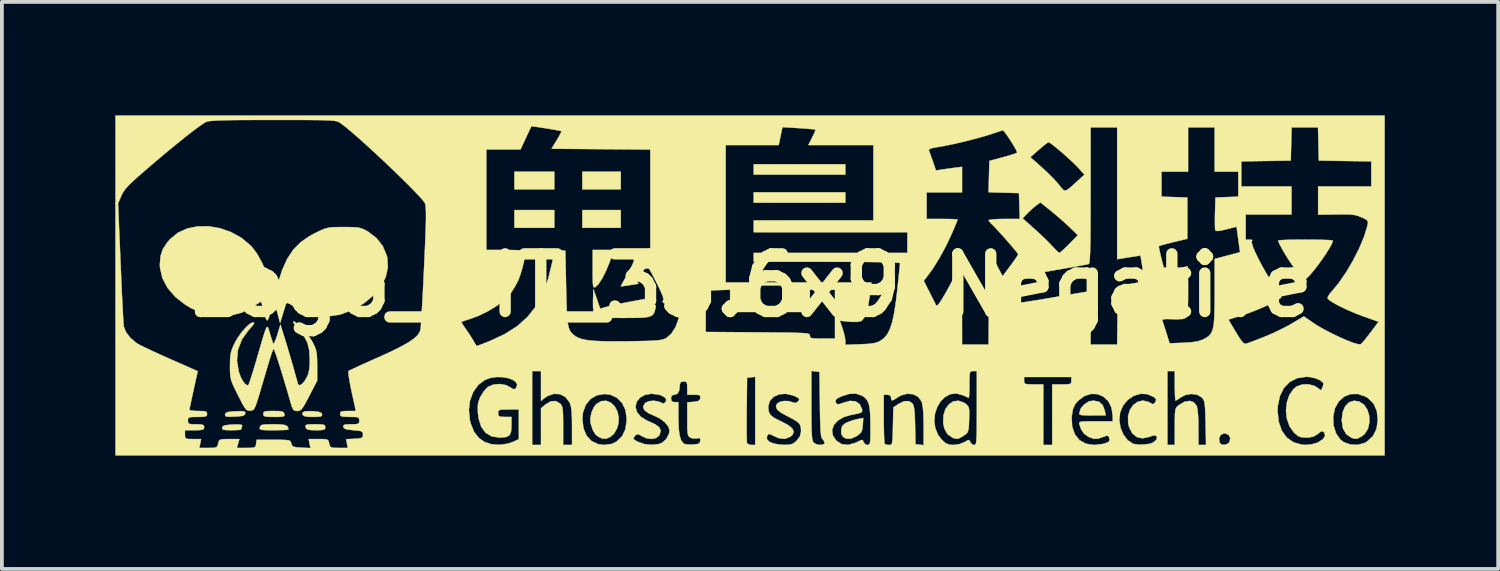
<source format=kicad_pcb>
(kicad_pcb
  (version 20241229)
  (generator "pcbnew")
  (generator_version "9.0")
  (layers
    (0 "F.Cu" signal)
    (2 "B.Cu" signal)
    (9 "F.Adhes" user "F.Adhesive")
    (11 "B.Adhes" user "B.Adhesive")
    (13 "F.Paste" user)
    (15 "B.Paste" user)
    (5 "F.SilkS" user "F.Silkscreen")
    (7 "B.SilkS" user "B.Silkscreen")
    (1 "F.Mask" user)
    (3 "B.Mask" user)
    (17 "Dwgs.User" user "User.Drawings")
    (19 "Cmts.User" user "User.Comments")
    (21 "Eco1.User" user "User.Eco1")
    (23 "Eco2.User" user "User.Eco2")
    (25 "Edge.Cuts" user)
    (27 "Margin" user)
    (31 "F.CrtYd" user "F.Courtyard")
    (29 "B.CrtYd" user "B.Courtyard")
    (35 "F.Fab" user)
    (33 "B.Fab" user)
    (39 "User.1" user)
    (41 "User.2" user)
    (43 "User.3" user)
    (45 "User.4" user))
  (footprint "Logo_GIT_33.6x9_Negative"
    (layer "F.Cu")
    (at 16.769 4.499)
    (property "Reference" "Logo_GIT_33.6x9_Negative" (at 0 0 0) (layer "F.SilkS") (effects (font (size 1.524 1.524) (thickness 0.3))))
    (attr through_hole)
    (fp_poly (pts (xy -5.158 -2.54) (xy -6.213 -2.54) (xy -6.213 -3.009) (xy -5.158 -3.009) (xy -5.158 -2.54)) (stroke (width 0.01) (type solid)) (fill yes) (layer "F.SilkS"))
    (fp_poly (pts (xy -5.158 -1.524) (xy -6.213 -1.524) (xy -6.213 -1.993) (xy -5.158 -1.993) (xy -5.158 -1.524)) (stroke (width 0.01) (type solid)) (fill yes) (layer "F.SilkS"))
    (fp_poly (pts (xy -3.4 -2.54) (xy -4.416 -2.54) (xy -4.416 -3.009) (xy -3.4 -3.009) (xy -3.4 -2.54)) (stroke (width 0.01) (type solid)) (fill yes) (layer "F.SilkS"))
    (fp_poly (pts (xy -3.4 -1.524) (xy -4.416 -1.524) (xy -4.416 -1.993) (xy -3.4 -1.993) (xy -3.4 -1.524)) (stroke (width 0.01) (type solid)) (fill yes) (layer "F.SilkS"))
    (fp_poly (pts (xy 2.54 -2.931) (xy 0.117 -2.931) (xy 0.117 -3.204) (xy 2.54 -3.204) (xy 2.54 -2.931)) (stroke (width 0.01) (type solid)) (fill yes) (layer "F.SilkS"))
    (fp_poly (pts (xy 2.54 -2.188) (xy 0.117 -2.188) (xy 0.117 -2.462) (xy 2.54 -2.462) (xy 2.54 -2.188)) (stroke (width 0.01) (type solid)) (fill yes) (layer "F.SilkS"))
    (fp_poly (pts (xy -11.523 3.329) (xy -11.394 3.343) (xy -11.325 3.368) (xy -11.301 3.409) (xy -11.303 3.447) (xy -11.339 3.467) (xy -11.425 3.476) (xy -11.54 3.478) (xy -11.689 3.473) (xy -11.775 3.455) (xy -11.814 3.422) (xy -11.816 3.418) (xy -11.817 3.365) (xy -11.765 3.335) (xy -11.65 3.325) (xy -11.523 3.329)) (stroke (width 0.01) (type solid)) (fill yes) (layer "F.SilkS"))
    (fp_poly (pts (xy -13.443 3.683) (xy -13.414 3.701) (xy -13.418 3.733) (xy -13.439 3.796) (xy -13.442 3.813) (xy -13.478 3.821) (xy -13.572 3.827) (xy -13.699 3.83) (xy -13.838 3.827) (xy -13.913 3.816) (xy -13.943 3.793) (xy -13.943 3.761) (xy -13.922 3.723) (xy -13.865 3.7) (xy -13.756 3.686) (xy -13.662 3.681) (xy -13.521 3.677) (xy -13.443 3.683)) (stroke (width 0.01) (type solid)) (fill yes) (layer "F.SilkS"))
    (fp_poly (pts (xy 3.001 3.696) (xy 2.986 3.82) (xy 2.95 3.897) (xy 2.874 3.963) (xy 2.857 3.975) (xy 2.701 4.051) (xy 2.566 4.053) (xy 2.486 4.013) (xy 2.435 3.938) (xy 2.429 3.828) (xy 2.454 3.727) (xy 2.517 3.661) (xy 2.579 3.627) (xy 2.717 3.573) (xy 2.861 3.535) (xy 2.865 3.534) (xy 3.014 3.507) (xy 3.001 3.696)) (stroke (width 0.01) (type solid)) (fill yes) (layer "F.SilkS"))
    (fp_poly (pts (xy 9.249 3.077) (xy 9.348 3.166) (xy 9.402 3.314) (xy 9.427 3.439) (xy 9.067 3.439) (xy 8.897 3.437) (xy 8.792 3.431) (xy 8.739 3.417) (xy 8.725 3.394) (xy 8.73 3.377) (xy 8.75 3.306) (xy 8.753 3.285) (xy 8.778 3.239) (xy 8.841 3.167) (xy 8.856 3.151) (xy 8.977 3.068) (xy 9.104 3.048) (xy 9.249 3.077)) (stroke (width 0.01) (type solid)) (fill yes) (layer "F.SilkS"))
    (fp_poly (pts (xy -13.366 3.331) (xy -13.334 3.35) (xy -13.332 3.386) (xy -13.332 3.388) (xy -13.353 3.427) (xy -13.407 3.451) (xy -13.513 3.464) (xy -13.612 3.47) (xy -13.753 3.474) (xy -13.832 3.468) (xy -13.864 3.449) (xy -13.866 3.413) (xy -13.865 3.411) (xy -13.845 3.373) (xy -13.79 3.349) (xy -13.685 3.335) (xy -13.585 3.329) (xy -13.445 3.325) (xy -13.366 3.331)) (stroke (width 0.01) (type solid)) (fill yes) (layer "F.SilkS"))
    (fp_poly (pts (xy -11.342 3.675) (xy -11.261 3.685) (xy -11.224 3.707) (xy -11.215 3.747) (xy -11.215 3.751) (xy -11.223 3.794) (xy -11.259 3.818) (xy -11.34 3.828) (xy -11.465 3.83) (xy -11.603 3.826) (xy -11.682 3.813) (xy -11.721 3.785) (xy -11.734 3.751) (xy -11.739 3.71) (xy -11.716 3.687) (xy -11.649 3.676) (xy -11.524 3.673) (xy -11.485 3.673) (xy -11.342 3.675)) (stroke (width 0.01) (type solid)) (fill yes) (layer "F.SilkS"))
    (fp_poly (pts (xy -12.443 3.324) (xy -12.359 3.335) (xy -12.316 3.36) (xy -12.298 3.4) (xy -12.293 3.44) (xy -12.315 3.463) (xy -12.379 3.474) (xy -12.499 3.478) (xy -12.567 3.478) (xy -12.716 3.476) (xy -12.802 3.467) (xy -12.844 3.448) (xy -12.856 3.412) (xy -12.856 3.4) (xy -12.849 3.358) (xy -12.815 3.335) (xy -12.738 3.324) (xy -12.602 3.322) (xy -12.587 3.322) (xy -12.443 3.324)) (stroke (width 0.01) (type solid)) (fill yes) (layer "F.SilkS"))
    (fp_poly (pts (xy -12.402 3.677) (xy -12.286 3.692) (xy -12.222 3.722) (xy -12.195 3.773) (xy -12.192 3.813) (xy -12.228 3.82) (xy -12.326 3.826) (xy -12.469 3.829) (xy -12.579 3.83) (xy -12.755 3.829) (xy -12.867 3.824) (xy -12.927 3.813) (xy -12.95 3.792) (xy -12.948 3.759) (xy -12.946 3.751) (xy -12.929 3.714) (xy -12.891 3.69) (xy -12.817 3.678) (xy -12.69 3.674) (xy -12.582 3.673) (xy -12.402 3.677)) (stroke (width 0.01) (type solid)) (fill yes) (layer "F.SilkS"))
    (fp_poly (pts (xy -3.661 3.101) (xy -3.561 3.198) (xy -3.489 3.331) (xy -3.454 3.49) (xy -3.464 3.666) (xy -3.499 3.783) (xy -3.579 3.923) (xy -3.676 4.007) (xy -3.791 4.054) (xy -3.885 4.052) (xy -3.99 4.005) (xy -4.074 3.936) (xy -4.141 3.821) (xy -4.199 3.648) (xy -4.206 3.514) (xy -4.172 3.357) (xy -4.108 3.214) (xy -4.044 3.136) (xy -3.912 3.06) (xy -3.781 3.052) (xy -3.661 3.101)) (stroke (width 0.01) (type solid)) (fill yes) (layer "F.SilkS"))
    (fp_poly (pts (xy 16.13 3.072) (xy 16.259 3.155) (xy 16.348 3.288) (xy 16.397 3.451) (xy 16.402 3.624) (xy 16.364 3.789) (xy 16.279 3.926) (xy 16.203 3.989) (xy 16.102 4.044) (xy 16.027 4.057) (xy 15.942 4.035) (xy 15.919 4.026) (xy 15.786 3.932) (xy 15.701 3.78) (xy 15.67 3.577) (xy 15.67 3.56) (xy 15.694 3.355) (xy 15.761 3.196) (xy 15.864 3.092) (xy 15.996 3.05) (xy 16.13 3.072)) (stroke (width 0.01) (type solid)) (fill yes) (layer "F.SilkS"))
    (fp_poly (pts (xy 5.673 3.097) (xy 5.721 3.13) (xy 5.771 3.174) (xy 5.801 3.221) (xy 5.816 3.291) (xy 5.818 3.402) (xy 5.814 3.549) (xy 5.808 3.712) (xy 5.797 3.816) (xy 5.775 3.881) (xy 5.737 3.927) (xy 5.674 3.972) (xy 5.67 3.975) (xy 5.565 4.038) (xy 5.487 4.058) (xy 5.404 4.039) (xy 5.373 4.027) (xy 5.239 3.932) (xy 5.156 3.778) (xy 5.128 3.635) (xy 5.135 3.437) (xy 5.188 3.271) (xy 5.279 3.145) (xy 5.397 3.068) (xy 5.531 3.05) (xy 5.673 3.097)) (stroke (width 0.01) (type solid)) (fill yes) (layer "F.SilkS"))
    (fp_poly (pts (xy 14.94 -1.21) (xy 15.139 -1.206) (xy 15.296 -1.201) (xy 15.399 -1.193) (xy 15.435 -1.185) (xy 15.413 -1.112) (xy 15.352 -0.996) (xy 15.262 -0.852) (xy 15.154 -0.693) (xy 15.037 -0.533) (xy 14.922 -0.385) (xy 14.818 -0.264) (xy 14.736 -0.183) (xy 14.687 -0.156) (xy 14.65 -0.185) (xy 14.579 -0.26) (xy 14.487 -0.367) (xy 14.46 -0.4) (xy 14.373 -0.517) (xy 14.275 -0.662) (xy 14.178 -0.817) (xy 14.092 -0.964) (xy 14.027 -1.088) (xy 13.992 -1.171) (xy 13.99 -1.188) (xy 14.027 -1.195) (xy 14.13 -1.202) (xy 14.286 -1.207) (xy 14.485 -1.21) (xy 14.712 -1.211) (xy 14.94 -1.21)) (stroke (width 0.01) (type solid)) (fill yes) (layer "F.SilkS"))
    (fp_poly (pts (xy -4.033 0.357) (xy -3.944 0.616) (xy -3.76 0.562) (xy -3.64 0.532) (xy -3.471 0.494) (xy -3.28 0.455) (xy -3.172 0.435) (xy -2.769 0.361) (xy -2.725 0.456) (xy -2.68 0.522) (xy -2.61 0.533) (xy -2.57 0.526) (xy -2.493 0.514) (xy -2.472 0.542) (xy -2.485 0.612) (xy -2.507 0.695) (xy -2.536 0.757) (xy -2.583 0.801) (xy -2.657 0.831) (xy -2.77 0.848) (xy -2.933 0.857) (xy -3.156 0.859) (xy -3.346 0.86) (xy -3.599 0.859) (xy -3.786 0.857) (xy -3.916 0.852) (xy -4.002 0.843) (xy -4.054 0.829) (xy -4.085 0.809) (xy -4.103 0.781) (xy -4.122 0.705) (xy -4.133 0.577) (xy -4.135 0.423) (xy -4.134 0.4) (xy -4.123 0.098) (xy -4.033 0.357)) (stroke (width 0.01) (type solid)) (fill yes) (layer "F.SilkS"))
    (fp_poly (pts (xy -14.002 -1.513) (xy -13.711 -1.412) (xy -13.439 -1.262) (xy -13.198 -1.062) (xy -13.148 -1.009) (xy -13.012 -0.826) (xy -12.882 -0.588) (xy -12.769 -0.32) (xy -12.683 -0.047) (xy -12.676 -0.016) (xy -12.641 0.122) (xy -12.609 0.224) (xy -12.588 0.272) (xy -12.585 0.274) (xy -12.565 0.239) (xy -12.531 0.146) (xy -12.49 0.011) (xy -12.472 -0.049) (xy -12.355 -0.41) (xy -12.221 -0.705) (xy -12.062 -0.945) (xy -11.87 -1.14) (xy -11.636 -1.303) (xy -11.498 -1.377) (xy -11.349 -1.45) (xy -11.237 -1.497) (xy -11.136 -1.525) (xy -11.023 -1.539) (xy -10.874 -1.543) (xy -10.73 -1.544) (xy -10.537 -1.542) (xy -10.401 -1.536) (xy -10.301 -1.52) (xy -10.217 -1.492) (xy -10.127 -1.447) (xy -10.083 -1.422) (xy -9.863 -1.255) (xy -9.694 -1.039) (xy -9.589 -0.788) (xy -9.577 -0.742) (xy -9.56 -0.48) (xy -9.616 -0.222) (xy -9.743 0.027) (xy -9.935 0.26) (xy -10.19 0.471) (xy -10.497 0.651) (xy -10.824 0.773) (xy -11.155 0.821) (xy -11.481 0.796) (xy -11.794 0.699) (xy -12.032 0.566) (xy -12.155 0.489) (xy -12.227 0.463) (xy -12.251 0.478) (xy -12.271 0.54) (xy -12.306 0.651) (xy -12.34 0.762) (xy -12.411 0.996) (xy -12.485 0.713) (xy -12.523 0.582) (xy -12.557 0.491) (xy -12.581 0.457) (xy -12.585 0.459) (xy -12.609 0.511) (xy -12.641 0.612) (xy -12.661 0.684) (xy -12.704 0.838) (xy -12.737 0.917) (xy -12.767 0.92) (xy -12.798 0.849) (xy -12.836 0.708) (xy -12.87 0.574) (xy -12.898 0.475) (xy -12.914 0.431) (xy -12.915 0.43) (xy -12.951 0.45) (xy -13.033 0.502) (xy -13.129 0.566) (xy -13.426 0.721) (xy -13.743 0.803) (xy -14.073 0.812) (xy -14.408 0.75) (xy -14.74 0.615) (xy -14.911 0.515) (xy -15.182 0.304) (xy -15.387 0.066) (xy -15.524 -0.192) (xy -15.587 -0.466) (xy -15.591 -0.558) (xy -15.573 -0.777) (xy -15.511 -0.962) (xy -15.393 -1.14) (xy -15.317 -1.227) (xy -15.113 -1.394) (xy -14.867 -1.505) (xy -14.592 -1.561) (xy -14.3 -1.563) (xy -14.002 -1.513)) (stroke (width 0.01) (type solid)) (fill yes) (layer "F.SilkS"))
    (fp_poly (pts (xy -12.024 0.963) (xy -11.948 1.02) (xy -11.852 1.112) (xy -11.749 1.226) (xy -11.651 1.347) (xy -11.572 1.463) (xy -11.546 1.511) (xy -11.491 1.625) (xy -11.457 1.724) (xy -11.439 1.833) (xy -11.431 1.975) (xy -11.43 2.13) (xy -11.43 2.52) (xy -11.638 2.921) (xy -11.729 3.094) (xy -11.795 3.209) (xy -11.846 3.277) (xy -11.891 3.311) (xy -11.939 3.321) (xy -11.957 3.322) (xy -12.022 3.315) (xy -12.064 3.283) (xy -12.099 3.208) (xy -12.133 3.097) (xy -12.206 2.841) (xy -12.282 2.587) (xy -12.355 2.343) (xy -12.424 2.122) (xy -12.484 1.934) (xy -12.533 1.791) (xy -12.566 1.703) (xy -12.579 1.68) (xy -12.59 1.689) (xy -12.605 1.719) (xy -12.628 1.778) (xy -12.66 1.875) (xy -12.704 2.016) (xy -12.762 2.211) (xy -12.838 2.467) (xy -12.917 2.735) (xy -12.981 2.953) (xy -13.03 3.106) (xy -13.067 3.207) (xy -13.099 3.267) (xy -13.132 3.298) (xy -13.171 3.31) (xy -13.197 3.314) (xy -13.247 3.315) (xy -13.289 3.299) (xy -13.332 3.255) (xy -13.385 3.172) (xy -13.456 3.037) (xy -13.523 2.906) (xy -13.613 2.727) (xy -13.673 2.596) (xy -13.709 2.491) (xy -13.728 2.392) (xy -13.735 2.276) (xy -13.736 2.131) (xy -13.733 1.951) (xy -13.72 1.82) (xy -13.693 1.71) (xy -13.643 1.59) (xy -13.608 1.518) (xy -13.526 1.375) (xy -13.424 1.234) (xy -13.316 1.111) (xy -13.217 1.02) (xy -13.14 0.978) (xy -13.13 0.977) (xy -13.098 0.985) (xy -13.103 1.017) (xy -13.153 1.082) (xy -13.247 1.187) (xy -13.421 1.43) (xy -13.524 1.7) (xy -13.552 1.986) (xy -13.504 2.281) (xy -13.451 2.425) (xy -13.387 2.542) (xy -13.323 2.62) (xy -13.267 2.643) (xy -13.248 2.632) (xy -13.228 2.585) (xy -13.191 2.476) (xy -13.14 2.317) (xy -13.08 2.12) (xy -13.02 1.915) (xy -12.937 1.628) (xy -12.873 1.41) (xy -12.825 1.255) (xy -12.79 1.155) (xy -12.763 1.104) (xy -12.742 1.097) (xy -12.724 1.127) (xy -12.704 1.187) (xy -12.68 1.27) (xy -12.641 1.399) (xy -12.608 1.499) (xy -12.59 1.542) (xy -12.569 1.527) (xy -12.534 1.451) (xy -12.492 1.332) (xy -12.485 1.308) (xy -12.402 1.036) (xy -12.28 1.426) (xy -12.213 1.646) (xy -12.14 1.892) (xy -12.074 2.121) (xy -12.055 2.188) (xy -12.01 2.352) (xy -11.971 2.489) (xy -11.945 2.582) (xy -11.937 2.608) (xy -11.9 2.642) (xy -11.839 2.615) (xy -11.766 2.535) (xy -11.712 2.447) (xy -11.666 2.343) (xy -11.64 2.228) (xy -11.628 2.078) (xy -11.626 1.954) (xy -11.64 1.712) (xy -11.688 1.516) (xy -11.78 1.337) (xy -11.928 1.149) (xy -11.945 1.13) (xy -12.02 1.041) (xy -12.062 0.976) (xy -12.066 0.955) (xy -12.024 0.963)) (stroke (width 0.01) (type solid)) (fill yes) (layer "F.SilkS"))
    (fp_poly (pts (xy 16.803 4.494) (xy -16.764 4.494) (xy -16.764 -2.169) (xy -16.697 -2.169) (xy -16.631 -0.606) (xy -16.616 -0.259) (xy -16.602 0.068) (xy -16.588 0.364) (xy -16.575 0.622) (xy -16.563 0.832) (xy -16.554 0.985) (xy -16.547 1.072) (xy -16.546 1.083) (xy -16.489 1.233) (xy -16.372 1.386) (xy -16.211 1.522) (xy -16.181 1.541) (xy -16.102 1.584) (xy -15.965 1.651) (xy -15.784 1.737) (xy -15.571 1.834) (xy -15.342 1.937) (xy -15.315 1.949) (xy -14.589 2.269) (xy -14.699 2.766) (xy -14.74 2.954) (xy -14.774 3.114) (xy -14.798 3.231) (xy -14.809 3.289) (xy -14.809 3.292) (xy -14.774 3.308) (xy -14.682 3.318) (xy -14.576 3.322) (xy -14.445 3.324) (xy -14.374 3.337) (xy -14.346 3.365) (xy -14.341 3.4) (xy -14.349 3.442) (xy -14.384 3.466) (xy -14.464 3.476) (xy -14.595 3.478) (xy -14.732 3.48) (xy -14.808 3.489) (xy -14.841 3.514) (xy -14.849 3.56) (xy -14.849 3.576) (xy -14.844 3.631) (xy -14.814 3.661) (xy -14.742 3.672) (xy -14.634 3.673) (xy -14.51 3.677) (xy -14.445 3.691) (xy -14.422 3.724) (xy -14.419 3.751) (xy -14.427 3.794) (xy -14.463 3.817) (xy -14.542 3.827) (xy -14.673 3.83) (xy -14.927 3.83) (xy -14.927 3.947) (xy -14.924 4.014) (xy -14.9 4.049) (xy -14.837 4.062) (xy -14.715 4.064) (xy -14.499 4.064) (xy -14.523 4.181) (xy -14.546 4.298) (xy -14.31 4.298) (xy -14.179 4.296) (xy -14.106 4.284) (xy -14.07 4.253) (xy -14.051 4.193) (xy -14.048 4.181) (xy -14.031 4.119) (xy -14.003 4.084) (xy -13.943 4.069) (xy -13.834 4.064) (xy -13.755 4.064) (xy -13.487 4.064) (xy -13.521 4.181) (xy -13.554 4.298) (xy -13.306 4.298) (xy -13.171 4.297) (xy -13.095 4.286) (xy -13.06 4.259) (xy -13.047 4.209) (xy -13.045 4.191) (xy -13.032 4.084) (xy -12.585 4.084) (xy -12.392 4.084) (xy -12.264 4.088) (xy -12.186 4.097) (xy -12.144 4.115) (xy -12.124 4.145) (xy -12.114 4.181) (xy -12.094 4.235) (xy -12.054 4.266) (xy -11.974 4.282) (xy -11.849 4.291) (xy -11.607 4.302) (xy -11.631 4.183) (xy -11.655 4.064) (xy -11.395 4.064) (xy -11.256 4.065) (xy -11.176 4.075) (xy -11.137 4.101) (xy -11.118 4.151) (xy -11.112 4.181) (xy -11.095 4.246) (xy -11.063 4.281) (xy -10.997 4.296) (xy -10.877 4.298) (xy -10.854 4.298) (xy -10.619 4.298) (xy -10.642 4.183) (xy -10.665 4.068) (xy -10.442 4.056) (xy -10.316 4.047) (xy -10.249 4.03) (xy -10.223 3.997) (xy -10.219 3.947) (xy -10.224 3.894) (xy -10.252 3.862) (xy -10.32 3.844) (xy -10.446 3.832) (xy -10.472 3.83) (xy -10.616 3.814) (xy -10.698 3.792) (xy -10.734 3.757) (xy -10.739 3.742) (xy -10.736 3.702) (xy -10.695 3.682) (xy -10.602 3.674) (xy -10.534 3.673) (xy -10.41 3.671) (xy -10.345 3.658) (xy -10.32 3.626) (xy -10.316 3.576) (xy -10.321 3.523) (xy -10.346 3.494) (xy -10.409 3.481) (xy -10.529 3.478) (xy -10.57 3.478) (xy -10.708 3.475) (xy -10.784 3.465) (xy -10.817 3.44) (xy -10.824 3.4) (xy -10.815 3.354) (xy -10.773 3.331) (xy -10.682 3.322) (xy -10.616 3.322) (xy -10.407 3.322) (xy -10.411 3.3) (xy -7.418 3.3) (xy -7.39 3.569) (xy -7.366 3.661) (xy -7.277 3.878) (xy -7.151 4.037) (xy -7.001 4.141) (xy -6.818 4.201) (xy -6.603 4.216) (xy -6.387 4.186) (xy -6.262 4.143) (xy -6.096 4.068) (xy -6.096 3.282) (xy -6.37 3.282) (xy -6.512 3.284) (xy -6.594 3.292) (xy -6.632 3.314) (xy -6.643 3.354) (xy -6.643 3.38) (xy -6.636 3.44) (xy -6.6 3.469) (xy -6.515 3.477) (xy -6.467 3.478) (xy -6.291 3.478) (xy -6.291 3.711) (xy -6.301 3.867) (xy -6.341 3.961) (xy -6.424 4.009) (xy -6.566 4.024) (xy -6.611 4.025) (xy -6.816 3.992) (xy -6.977 3.896) (xy -7.092 3.737) (xy -7.161 3.516) (xy -7.179 3.361) (xy -7.183 3.201) (xy -7.167 3.082) (xy -7.123 2.969) (xy -7.105 2.933) (xy -7.03 2.813) (xy -6.945 2.713) (xy -6.912 2.685) (xy -6.77 2.624) (xy -6.598 2.608) (xy -6.431 2.638) (xy -6.332 2.689) (xy -6.253 2.74) (xy -6.205 2.743) (xy -6.173 2.715) (xy -6.139 2.633) (xy -6.171 2.56) (xy -6.253 2.498) (xy -6.375 2.453) (xy -6.522 2.426) (xy -6.682 2.422) (xy -6.841 2.445) (xy -6.986 2.496) (xy -6.988 2.497) (xy -7.168 2.631) (xy -7.303 2.819) (xy -7.388 3.046) (xy -7.418 3.3) (xy -10.411 3.3) (xy -10.519 2.807) (xy -10.558 2.616) (xy -10.587 2.453) (xy -10.602 2.332) (xy -10.603 2.27) (xy -10.602 2.266) (xy -5.744 2.266) (xy -5.744 4.22) (xy -5.51 4.22) (xy -5.51 3.25) (xy -5.39 3.149) (xy -5.25 3.066) (xy -5.119 3.058) (xy -5.004 3.124) (xy -5.002 3.126) (xy -4.969 3.166) (xy -4.947 3.218) (xy -4.934 3.297) (xy -4.927 3.418) (xy -4.924 3.595) (xy -4.924 3.712) (xy -4.924 4.22) (xy -4.689 4.22) (xy -4.689 3.722) (xy -4.691 3.532) (xy -4.416 3.532) (xy -4.387 3.778) (xy -4.305 3.975) (xy -4.172 4.117) (xy -3.995 4.2) (xy -3.83 4.22) (xy -3.633 4.191) (xy -3.513 4.132) (xy -3.409 4.034) (xy -3.064 4.034) (xy -3.056 4.069) (xy -2.993 4.112) (xy -2.944 4.138) (xy -2.776 4.196) (xy -2.585 4.217) (xy -2.406 4.198) (xy -2.311 4.165) (xy -2.199 4.068) (xy -2.126 3.93) (xy -2.11 3.831) (xy -2.145 3.727) (xy -2.236 3.617) (xy -2.367 3.518) (xy -2.49 3.459) (xy -2.672 3.377) (xy -2.778 3.296) (xy -2.809 3.213) (xy -2.767 3.126) (xy -2.752 3.109) (xy -2.661 3.064) (xy -2.533 3.05) (xy -2.405 3.069) (xy -2.345 3.096) (xy -2.271 3.124) (xy -2.223 3.098) (xy -2.193 3.029) (xy -2.217 2.989) (xy -2.071 2.989) (xy -2.055 3.064) (xy -1.991 3.087) (xy -1.973 3.087) (xy -1.876 3.087) (xy -1.876 3.519) (xy -1.868 3.781) (xy -1.843 3.975) (xy -1.8 4.105) (xy -1.737 4.181) (xy -1.71 4.195) (xy -1.643 4.206) (xy -1.532 4.21) (xy -1.485 4.208) (xy -1.374 4.198) (xy -1.319 4.171) (xy -1.297 4.118) (xy -1.296 4.111) (xy -1.297 4.048) (xy -1.341 4.038) (xy -1.381 4.046) (xy -1.489 4.049) (xy -1.559 4.027) (xy -1.595 4.002) (xy -1.618 3.964) (xy -1.632 3.896) (xy -1.639 3.786) (xy -1.639 3.757) (xy -0.072 3.757) (xy -0.07 3.945) (xy -0.067 4.084) (xy -0.063 4.16) (xy -0.061 4.17) (xy -0.011 4.208) (xy 0.057 4.22) (xy 0.156 4.22) (xy 0.156 4.063) (xy 0.463 4.063) (xy 0.523 4.131) (xy 0.644 4.182) (xy 0.816 4.212) (xy 0.931 4.218) (xy 1.064 4.213) (xy 1.154 4.186) (xy 1.232 4.127) (xy 1.253 4.106) (xy 1.337 3.997) (xy 1.367 3.876) (xy 1.368 3.837) (xy 1.361 3.743) (xy 1.333 3.67) (xy 1.27 3.607) (xy 1.16 3.538) (xy 1.005 3.458) (xy 0.837 3.365) (xy 0.738 3.284) (xy 0.705 3.208) (xy 0.714 3.179) (xy 1.641 3.179) (xy 1.642 3.477) (xy 1.644 3.707) (xy 1.649 3.877) (xy 1.657 3.998) (xy 1.668 4.079) (xy 1.683 4.129) (xy 1.703 4.159) (xy 1.776 4.202) (xy 1.868 4.219) (xy 1.95 4.211) (xy 1.992 4.176) (xy 1.993 4.166) (xy 1.965 4.098) (xy 1.935 4.065) (xy 1.915 4.036) (xy 1.9 3.979) (xy 1.888 3.885) (xy 1.885 3.824) (xy 2.189 3.824) (xy 2.207 3.963) (xy 2.295 4.099) (xy 2.303 4.106) (xy 2.445 4.199) (xy 2.614 4.218) (xy 2.806 4.164) (xy 2.85 4.144) (xy 2.944 4.097) (xy 2.991 4.087) (xy 3.012 4.112) (xy 3.021 4.144) (xy 3.073 4.208) (xy 3.122 4.22) (xy 3.156 4.217) (xy 3.179 4.198) (xy 3.193 4.151) (xy 3.201 4.063) (xy 3.204 3.923) (xy 3.204 3.717) (xy 3.204 3.71) (xy 3.2 3.454) (xy 3.186 3.263) (xy 3.158 3.125) (xy 3.112 3.028) (xy 3.045 2.958) (xy 2.971 2.912) (xy 2.909 2.892) (xy 3.556 2.892) (xy 3.556 3.53) (xy 3.558 3.746) (xy 3.562 3.934) (xy 3.568 4.08) (xy 3.576 4.171) (xy 3.582 4.194) (xy 3.638 4.215) (xy 3.698 4.22) (xy 3.735 4.218) (xy 3.761 4.201) (xy 3.777 4.158) (xy 3.787 4.076) (xy 3.794 3.942) (xy 3.799 3.743) (xy 3.799 3.724) (xy 3.81 3.227) (xy 3.943 3.137) (xy 4.096 3.062) (xy 4.222 3.06) (xy 4.311 3.118) (xy 4.339 3.165) (xy 4.358 3.243) (xy 4.372 3.364) (xy 4.381 3.542) (xy 4.385 3.694) (xy 4.396 4.201) (xy 4.504 4.213) (xy 4.611 4.225) (xy 4.611 3.714) (xy 4.609 3.587) (xy 4.892 3.587) (xy 4.919 3.776) (xy 4.994 3.956) (xy 5.1 4.091) (xy 5.2 4.177) (xy 5.299 4.214) (xy 5.398 4.22) (xy 5.558 4.198) (xy 5.693 4.144) (xy 5.776 4.096) (xy 5.815 4.09) (xy 5.836 4.124) (xy 5.843 4.144) (xy 5.895 4.207) (xy 5.942 4.22) (xy 5.966 4.217) (xy 5.984 4.202) (xy 5.997 4.165) (xy 6.006 4.098) (xy 6.012 3.992) (xy 6.016 3.838) (xy 6.017 3.626) (xy 6.018 3.348) (xy 6.018 3.243) (xy 6.018 2.423) (xy 7.268 2.423) (xy 7.268 2.52) (xy 7.273 2.573) (xy 7.298 2.602) (xy 7.361 2.615) (xy 7.481 2.618) (xy 7.522 2.618) (xy 7.776 2.618) (xy 7.776 4.22) (xy 8.011 4.22) (xy 8.011 3.491) (xy 8.526 3.491) (xy 8.54 3.736) (xy 8.61 3.938) (xy 8.732 4.091) (xy 8.901 4.187) (xy 9.109 4.22) (xy 9.251 4.211) (xy 9.382 4.186) (xy 9.412 4.177) (xy 9.503 4.137) (xy 9.532 4.089) (xy 9.512 4.012) (xy 9.488 3.977) (xy 9.44 3.978) (xy 9.357 4.009) (xy 9.222 4.054) (xy 9.113 4.056) (xy 8.99 4.013) (xy 8.97 4.004) (xy 8.854 3.923) (xy 8.774 3.8) (xy 8.734 3.683) (xy 8.725 3.645) (xy 8.734 3.62) (xy 8.773 3.605) (xy 8.854 3.598) (xy 8.99 3.595) (xy 9.161 3.595) (xy 9.613 3.595) (xy 9.613 3.561) (xy 9.786 3.561) (xy 9.818 3.763) (xy 9.896 3.948) (xy 10.011 4.097) (xy 10.156 4.191) (xy 10.16 4.193) (xy 10.288 4.215) (xy 10.447 4.212) (xy 10.598 4.187) (xy 10.67 4.161) (xy 10.756 4.095) (xy 10.786 4.025) (xy 10.751 3.969) (xy 10.75 3.969) (xy 10.695 3.969) (xy 10.601 3.996) (xy 10.571 4.008) (xy 10.399 4.045) (xy 10.249 4.011) (xy 10.128 3.911) (xy 10.046 3.75) (xy 10.02 3.641) (xy 10.018 3.454) (xy 10.067 3.291) (xy 10.157 3.161) (xy 10.276 3.077) (xy 10.413 3.046) (xy 10.557 3.08) (xy 10.602 3.105) (xy 10.67 3.141) (xy 10.712 3.123) (xy 10.737 3.088) (xy 10.761 3.024) (xy 10.727 2.974) (xy 10.698 2.952) (xy 10.528 2.876) (xy 10.347 2.867) (xy 10.17 2.92) (xy 10.011 3.027) (xy 9.884 3.181) (xy 9.808 3.361) (xy 9.786 3.561) (xy 9.613 3.561) (xy 9.612 3.449) (xy 9.58 3.232) (xy 9.495 3.062) (xy 9.369 2.942) (xy 9.214 2.876) (xy 9.044 2.869) (xy 8.869 2.923) (xy 8.703 3.044) (xy 8.621 3.139) (xy 8.56 3.27) (xy 8.528 3.466) (xy 8.526 3.491) (xy 8.011 3.491) (xy 8.011 2.618) (xy 8.265 2.618) (xy 8.401 2.616) (xy 8.477 2.607) (xy 8.511 2.582) (xy 8.519 2.536) (xy 8.519 2.52) (xy 8.519 2.423) (xy 7.268 2.423) (xy 6.018 2.423) (xy 6.018 2.266) (xy 11.059 2.266) (xy 11.059 4.22) (xy 11.254 4.22) (xy 11.254 3.735) (xy 11.255 3.532) (xy 11.258 3.393) (xy 11.268 3.302) (xy 11.285 3.244) (xy 11.314 3.205) (xy 11.355 3.17) (xy 11.507 3.079) (xy 11.646 3.054) (xy 11.759 3.092) (xy 11.834 3.186) (xy 11.854 3.27) (xy 11.869 3.416) (xy 11.878 3.607) (xy 11.879 3.753) (xy 11.879 4.22) (xy 12.08 4.22) (xy 12.077 4.049) (xy 12.425 4.049) (xy 12.442 4.165) (xy 12.495 4.211) (xy 12.579 4.217) (xy 12.662 4.184) (xy 12.7 4.142) (xy 12.721 4.038) (xy 12.68 3.955) (xy 12.592 3.915) (xy 12.551 3.915) (xy 12.464 3.958) (xy 12.425 4.049) (xy 12.077 4.049) (xy 12.068 3.635) (xy 12.062 3.408) (xy 12.059 3.322) (xy 13.973 3.322) (xy 14.002 3.605) (xy 14.084 3.841) (xy 14.215 4.024) (xy 14.393 4.149) (xy 14.612 4.212) (xy 14.712 4.219) (xy 14.872 4.204) (xy 15.016 4.163) (xy 15.042 4.152) (xy 15.174 4.065) (xy 15.23 3.98) (xy 15.209 3.898) (xy 15.204 3.892) (xy 15.164 3.857) (xy 15.118 3.866) (xy 15.041 3.924) (xy 15.037 3.928) (xy 14.931 3.995) (xy 14.805 4.022) (xy 14.73 4.025) (xy 14.601 4.016) (xy 14.509 3.98) (xy 14.414 3.9) (xy 14.406 3.892) (xy 14.288 3.725) (xy 14.218 3.524) (xy 14.212 3.472) (xy 15.443 3.472) (xy 15.454 3.707) (xy 15.519 3.912) (xy 15.63 4.073) (xy 15.716 4.141) (xy 15.893 4.208) (xy 16.089 4.217) (xy 16.273 4.168) (xy 16.336 4.132) (xy 16.495 3.984) (xy 16.59 3.796) (xy 16.623 3.561) (xy 16.597 3.319) (xy 16.512 3.127) (xy 16.366 2.982) (xy 16.293 2.938) (xy 16.092 2.871) (xy 15.901 2.875) (xy 15.73 2.944) (xy 15.589 3.072) (xy 15.49 3.25) (xy 15.443 3.472) (xy 14.212 3.472) (xy 14.195 3.307) (xy 14.218 3.091) (xy 14.287 2.894) (xy 14.399 2.736) (xy 14.473 2.676) (xy 14.62 2.621) (xy 14.79 2.615) (xy 14.95 2.658) (xy 15.008 2.692) (xy 15.12 2.775) (xy 15.162 2.696) (xy 15.186 2.618) (xy 15.181 2.578) (xy 15.103 2.511) (xy 14.975 2.456) (xy 14.823 2.423) (xy 14.73 2.417) (xy 14.492 2.453) (xy 14.294 2.553) (xy 14.139 2.713) (xy 14.033 2.927) (xy 13.979 3.19) (xy 13.973 3.322) (xy 12.059 3.322) (xy 12.055 3.245) (xy 12.045 3.134) (xy 12.03 3.06) (xy 12.007 3.01) (xy 11.975 2.97) (xy 11.966 2.961) (xy 11.845 2.89) (xy 11.69 2.87) (xy 11.529 2.9) (xy 11.415 2.96) (xy 11.333 3.017) (xy 11.28 3.047) (xy 11.275 3.048) (xy 11.266 3.012) (xy 11.259 2.914) (xy 11.255 2.771) (xy 11.254 2.657) (xy 11.254 2.266) (xy 11.059 2.266) (xy 6.018 2.266) (xy 5.92 2.266) (xy 5.874 2.269) (xy 5.845 2.288) (xy 5.83 2.337) (xy 5.824 2.432) (xy 5.822 2.587) (xy 5.822 2.618) (xy 5.821 2.773) (xy 5.816 2.893) (xy 5.808 2.961) (xy 5.804 2.97) (xy 5.761 2.955) (xy 5.675 2.917) (xy 5.652 2.906) (xy 5.478 2.858) (xy 5.318 2.876) (xy 5.176 2.951) (xy 5.057 3.07) (xy 4.967 3.223) (xy 4.91 3.399) (xy 4.892 3.587) (xy 4.609 3.587) (xy 4.606 3.435) (xy 4.591 3.231) (xy 4.566 3.098) (xy 4.557 3.073) (xy 4.468 2.948) (xy 4.335 2.878) (xy 4.177 2.865) (xy 4.008 2.911) (xy 3.908 2.97) (xy 3.816 3.03) (xy 3.769 3.041) (xy 3.752 3.002) (xy 3.751 2.97) (xy 3.728 2.909) (xy 3.654 2.892) (xy 3.556 2.892) (xy 2.909 2.892) (xy 2.818 2.862) (xy 2.648 2.869) (xy 2.465 2.923) (xy 2.34 2.98) (xy 2.283 3.032) (xy 2.285 3.092) (xy 2.299 3.117) (xy 2.336 3.144) (xy 2.403 3.134) (xy 2.473 3.108) (xy 2.661 3.054) (xy 2.811 3.065) (xy 2.919 3.139) (xy 2.98 3.271) (xy 2.987 3.323) (xy 2.967 3.357) (xy 2.907 3.382) (xy 2.79 3.407) (xy 2.718 3.419) (xy 2.507 3.479) (xy 2.345 3.572) (xy 2.237 3.69) (xy 2.189 3.824) (xy 1.885 3.824) (xy 1.88 3.745) (xy 1.873 3.55) (xy 1.868 3.29) (xy 1.867 3.151) (xy 1.856 2.286) (xy 1.749 2.274) (xy 1.641 2.261) (xy 1.641 3.179) (xy 0.714 3.179) (xy 0.727 3.136) (xy 0.799 3.084) (xy 0.914 3.057) (xy 1.04 3.059) (xy 1.134 3.088) (xy 1.217 3.111) (xy 1.272 3.085) (xy 1.32 3.032) (xy 1.31 2.988) (xy 1.236 2.943) (xy 1.154 2.91) (xy 0.966 2.867) (xy 0.793 2.88) (xy 0.649 2.942) (xy 0.547 3.047) (xy 0.501 3.188) (xy 0.5 3.216) (xy 0.513 3.335) (xy 0.559 3.425) (xy 0.654 3.502) (xy 0.81 3.581) (xy 0.821 3.585) (xy 1.016 3.686) (xy 1.134 3.78) (xy 1.176 3.87) (xy 1.14 3.955) (xy 1.085 4.003) (xy 0.945 4.058) (xy 0.783 4.041) (xy 0.655 3.986) (xy 0.563 3.94) (xy 0.514 3.93) (xy 0.485 3.957) (xy 0.471 3.982) (xy 0.463 4.063) (xy 0.156 4.063) (xy 0.156 2.418) (xy 0.049 2.43) (xy -0.059 2.442) (xy -0.069 3.281) (xy -0.071 3.532) (xy -0.072 3.757) (xy -1.639 3.757) (xy -1.641 3.618) (xy -1.641 3.537) (xy -1.641 3.092) (xy -1.475 3.08) (xy -1.367 3.065) (xy -1.314 3.032) (xy -1.297 2.98) (xy -1.296 2.926) (xy -1.329 2.9) (xy -1.414 2.892) (xy -1.463 2.892) (xy -1.641 2.892) (xy -1.641 2.716) (xy -1.645 2.607) (xy -1.665 2.556) (xy -1.713 2.541) (xy -1.739 2.54) (xy -1.814 2.557) (xy -1.837 2.621) (xy -1.837 2.628) (xy -1.854 2.782) (xy -1.904 2.868) (xy -1.978 2.892) (xy -2.049 2.909) (xy -2.071 2.975) (xy -2.071 2.989) (xy -2.217 2.989) (xy -2.234 2.962) (xy -2.34 2.905) (xy -2.388 2.891) (xy -2.583 2.865) (xy -2.756 2.893) (xy -2.893 2.969) (xy -2.982 3.084) (xy -3.009 3.215) (xy -2.971 3.353) (xy -2.865 3.478) (xy -2.699 3.579) (xy -2.657 3.596) (xy -2.487 3.673) (xy -2.386 3.749) (xy -2.346 3.83) (xy -2.345 3.851) (xy -2.377 3.963) (xy -2.462 4.035) (xy -2.584 4.062) (xy -2.728 4.04) (xy -2.839 3.988) (xy -2.923 3.941) (xy -2.971 3.936) (xy -3.015 3.971) (xy -3.028 3.986) (xy -3.064 4.034) (xy -3.409 4.034) (xy -3.367 3.994) (xy -3.279 3.812) (xy -3.244 3.578) (xy -3.243 3.532) (xy -3.274 3.301) (xy -3.362 3.112) (xy -3.499 2.972) (xy -3.679 2.89) (xy -3.83 2.872) (xy -4.035 2.907) (xy -4.203 3.006) (xy -4.327 3.16) (xy -4.4 3.363) (xy -4.416 3.532) (xy -4.691 3.532) (xy -4.692 3.496) (xy -4.7 3.331) (xy -4.716 3.213) (xy -4.74 3.126) (xy -4.758 3.087) (xy -4.864 2.951) (xy -5.005 2.877) (xy -5.167 2.867) (xy -5.334 2.924) (xy -5.408 2.974) (xy -5.51 3.054) (xy -5.51 2.266) (xy -5.744 2.266) (xy -10.602 2.266) (xy -10.601 2.265) (xy -10.557 2.241) (xy -10.453 2.192) (xy -10.3 2.12) (xy -10.107 2.033) (xy -9.886 1.934) (xy -9.801 1.897) (xy -9.474 1.748) (xy -9.215 1.619) (xy -9.016 1.507) (xy -8.871 1.407) (xy -8.772 1.314) (xy -8.715 1.223) (xy -8.697 1.171) (xy -8.69 1.112) (xy -8.681 0.983) (xy -8.68 0.965) (xy -7.615 0.965) (xy -7.602 0.998) (xy -7.553 1.075) (xy -7.493 1.161) (xy -7.405 1.289) (xy -7.326 1.414) (xy -7.292 1.475) (xy -7.245 1.558) (xy -7.212 1.601) (xy -7.208 1.602) (xy -7.166 1.588) (xy -7.068 1.552) (xy -6.933 1.499) (xy -6.858 1.469) (xy -6.469 1.288) (xy -6.141 1.079) (xy -5.867 0.835) (xy -5.642 0.549) (xy -5.461 0.213) (xy -5.318 -0.179) (xy -5.208 -0.636) (xy -5.179 -0.794) (xy -5.158 -0.89) (xy -5.121 -0.929) (xy -5.043 -0.933) (xy -5.009 -0.93) (xy -4.865 -0.918) (xy -4.845 0.059) (xy -4.838 0.385) (xy -4.829 0.644) (xy -4.818 0.843) (xy -4.802 0.993) (xy -4.78 1.104) (xy -4.75 1.185) (xy -4.711 1.246) (xy -4.662 1.296) (xy -4.631 1.321) (xy -4.549 1.373) (xy -4.445 1.413) (xy -4.31 1.443) (xy -4.134 1.464) (xy -3.908 1.476) (xy -3.624 1.48) (xy -3.273 1.479) (xy -3.215 1.478) (xy -2.924 1.473) (xy -2.701 1.468) (xy -2.534 1.461) (xy -2.413 1.452) (xy -2.325 1.438) (xy -2.261 1.421) (xy -2.208 1.398) (xy -2.188 1.387) (xy -2.06 1.273) (xy -1.952 1.104) (xy -1.876 0.898) (xy -1.853 0.78) (xy -1.828 0.603) (xy -2.018 0.554) (xy -2.188 0.503) (xy -2.28 0.457) (xy -2.296 0.416) (xy -2.279 0.4) (xy -2.269 0.36) (xy -2.294 0.271) (xy -2.352 0.137) (xy -1.153 0.137) (xy -1.153 1.231) (xy 0.225 1.241) (xy 0.589 1.244) (xy 0.882 1.247) (xy 1.113 1.25) (xy 1.288 1.255) (xy 1.416 1.26) (xy 1.503 1.268) (xy 1.558 1.278) (xy 1.587 1.291) (xy 1.6 1.308) (xy 1.602 1.328) (xy 1.602 1.329) (xy 1.608 1.367) (xy 1.638 1.39) (xy 1.705 1.402) (xy 1.825 1.406) (xy 1.934 1.407) (xy 2.266 1.407) (xy 2.266 0.117) (xy 1.602 0.117) (xy 1.602 0.703) (xy 0.899 0.703) (xy 0.899 0) (xy 0.234 0) (xy 0.234 0.703) (xy -0.508 0.703) (xy -0.508 0.114) (xy -0.83 0.125) (xy -1.153 0.137) (xy -2.352 0.137) (xy -2.356 0.127) (xy -2.426 -0.019) (xy -2.508 -0.179) (xy -2.579 -0.314) (xy -2.631 -0.408) (xy -2.655 -0.443) (xy -2.711 -0.452) (xy -2.818 -0.432) (xy -2.887 -0.412) (xy -3.086 -0.346) (xy -3.008 -0.194) (xy -2.931 -0.043) (xy -3.077 -0.02) (xy -3.245 0.006) (xy -3.346 0.02) (xy -3.393 0.023) (xy -3.4 0.021) (xy -3.382 -0.014) (xy -3.334 -0.101) (xy -3.264 -0.225) (xy -3.224 -0.295) (xy -3.146 -0.439) (xy -3.085 -0.563) (xy -3.052 -0.647) (xy -3.048 -0.667) (xy -3.077 -0.712) (xy -3.168 -0.759) (xy -3.324 -0.811) (xy -3.467 -0.851) (xy -3.552 -0.868) (xy -3.596 -0.863) (xy -3.617 -0.838) (xy -3.621 -0.827) (xy -3.707 -0.583) (xy -3.801 -0.361) (xy -3.897 -0.175) (xy -3.987 -0.037) (xy -4.064 0.039) (xy -4.068 0.041) (xy -4.098 0.054) (xy -4.119 0.045) (xy -4.132 0.003) (xy -4.139 -0.082) (xy -4.142 -0.223) (xy -4.142 -0.428) (xy -4.142 -0.938) (xy -2.618 -0.938) (xy -2.618 -3.594) (xy -3.925 -3.604) (xy -5.231 -3.615) (xy -5.172 -3.712) (xy -0.625 -3.712) (xy -0.625 -0.078) (xy 3.229 -0.078) (xy 3.196 0.205) (xy 3.155 0.476) (xy 3.103 0.693) (xy 3.042 0.848) (xy 2.974 0.935) (xy 2.964 0.941) (xy 2.861 0.965) (xy 2.697 0.964) (xy 2.638 0.959) (xy 2.394 0.933) (xy 2.466 1.14) (xy 2.507 1.279) (xy 2.533 1.405) (xy 2.539 1.46) (xy 2.54 1.572) (xy 2.941 1.557) (xy 3.138 1.547) (xy 3.277 1.531) (xy 3.379 1.506) (xy 3.463 1.467) (xy 3.484 1.454) (xy 3.579 1.379) (xy 3.659 1.275) (xy 3.727 1.135) (xy 3.785 0.949) (xy 3.835 0.711) (xy 3.88 0.412) (xy 3.923 0.043) (xy 3.925 0.024) (xy 3.94 -0.12) (xy 4.614 -0.12) (xy 4.768 0.181) (xy 4.839 0.323) (xy 4.898 0.439) (xy 4.933 0.512) (xy 4.938 0.524) (xy 4.962 0.536) (xy 5.007 0.496) (xy 5.075 0.399) (xy 5.169 0.242) (xy 5.292 0.02) (xy 5.362 -0.112) (xy 5.625 -0.606) (xy 5.626 0.479) (xy 5.627 1.563) (xy 6.329 1.563) (xy 6.34 0.33) (xy 6.344 -0.219) (xy 7.044 -0.219) (xy 7.046 -0.179) (xy 7.059 -0.084) (xy 7.08 0.044) (xy 7.105 0.183) (xy 7.129 0.313) (xy 7.149 0.41) (xy 7.162 0.454) (xy 7.163 0.454) (xy 7.203 0.452) (xy 7.31 0.437) (xy 7.472 0.412) (xy 7.678 0.379) (xy 7.917 0.339) (xy 8.072 0.312) (xy 8.327 0.268) (xy 8.557 0.229) (xy 8.75 0.196) (xy 8.894 0.172) (xy 8.98 0.159) (xy 8.997 0.156) (xy 9.007 0.193) (xy 9.015 0.296) (xy 9.021 0.453) (xy 9.025 0.65) (xy 9.027 0.86) (xy 9.027 1.563) (xy 9.729 1.563) (xy 9.739 0.792) (xy 9.75 0.02) (xy 10.023 -0.028) (xy 10.216 -0.063) (xy 10.343 -0.09) (xy 10.417 -0.112) (xy 10.451 -0.133) (xy 10.457 -0.157) (xy 10.454 -0.166) (xy 10.441 -0.227) (xy 10.42 -0.341) (xy 10.395 -0.486) (xy 10.393 -0.503) (xy 10.347 -0.79) (xy 10.185 -0.765) (xy 10.038 -0.742) (xy 9.892 -0.719) (xy 9.877 -0.716) (xy 9.73 -0.693) (xy 9.73 -1.038) (xy 10.834 -1.038) (xy 10.836 -0.997) (xy 10.855 -0.903) (xy 10.884 -0.775) (xy 10.918 -0.636) (xy 10.952 -0.506) (xy 10.981 -0.407) (xy 10.998 -0.363) (xy 11.035 -0.368) (xy 11.129 -0.39) (xy 11.262 -0.422) (xy 11.295 -0.431) (xy 11.434 -0.467) (xy 11.54 -0.494) (xy 11.593 -0.507) (xy 11.596 -0.507) (xy 11.599 -0.471) (xy 11.602 -0.368) (xy 11.604 -0.214) (xy 11.606 -0.019) (xy 11.606 0.152) (xy 11.605 0.403) (xy 11.6 0.588) (xy 11.592 0.715) (xy 11.579 0.797) (xy 11.561 0.844) (xy 11.548 0.859) (xy 11.464 0.888) (xy 11.305 0.896) (xy 11.196 0.893) (xy 11.033 0.889) (xy 10.94 0.898) (xy 10.92 0.918) (xy 10.939 0.972) (xy 10.975 1.08) (xy 11.019 1.219) (xy 11.027 1.244) (xy 11.117 1.531) (xy 11.489 1.517) (xy 11.705 1.503) (xy 11.863 1.478) (xy 11.985 1.438) (xy 12.016 1.423) (xy 12.103 1.374) (xy 12.171 1.321) (xy 12.222 1.252) (xy 12.259 1.16) (xy 12.283 1.033) (xy 12.295 0.904) (xy 12.673 0.904) (xy 12.869 1.234) (xy 12.964 1.388) (xy 13.031 1.483) (xy 13.081 1.532) (xy 13.124 1.544) (xy 13.147 1.54) (xy 13.215 1.516) (xy 13.338 1.471) (xy 13.495 1.41) (xy 13.626 1.359) (xy 13.836 1.27) (xy 14.062 1.162) (xy 14.269 1.055) (xy 14.346 1.011) (xy 14.668 0.819) (xy 14.886 0.971) (xy 15.042 1.072) (xy 15.227 1.177) (xy 15.428 1.281) (xy 15.63 1.377) (xy 15.82 1.459) (xy 15.982 1.521) (xy 16.105 1.555) (xy 16.17 1.558) (xy 16.209 1.522) (xy 16.281 1.438) (xy 16.374 1.32) (xy 16.426 1.252) (xy 16.645 0.961) (xy 16.239 0.818) (xy 16.038 0.741) (xy 15.834 0.654) (xy 15.643 0.564) (xy 15.48 0.478) (xy 15.36 0.404) (xy 15.297 0.349) (xy 15.296 0.347) (xy 15.305 0.296) (xy 15.356 0.217) (xy 15.386 0.182) (xy 15.584 -0.055) (xy 15.781 -0.34) (xy 15.966 -0.654) (xy 16.129 -0.975) (xy 16.259 -1.285) (xy 16.345 -1.562) (xy 16.352 -1.592) (xy 16.364 -1.668) (xy 16.347 -1.717) (xy 16.286 -1.759) (xy 16.191 -1.803) (xy 16.099 -1.839) (xy 16.006 -1.863) (xy 15.892 -1.876) (xy 15.74 -1.88) (xy 15.529 -1.878) (xy 15.523 -1.878) (xy 15.045 -1.87) (xy 15.045 -2.618) (xy 16.451 -2.618) (xy 16.451 -3.281) (xy 15.758 -3.291) (xy 15.064 -3.302) (xy 15.053 -3.742) (xy 15.042 -4.181) (xy 14.344 -4.181) (xy 14.333 -3.742) (xy 14.322 -3.302) (xy 13.667 -3.291) (xy 13.013 -3.281) (xy 13.013 -2.618) (xy 14.341 -2.618) (xy 14.341 -1.876) (xy 13.13 -1.876) (xy 13.13 -1.211) (xy 13.237 -1.211) (xy 13.305 -1.202) (xy 13.296 -1.179) (xy 13.294 -1.178) (xy 13.288 -1.131) (xy 13.317 -1.03) (xy 13.376 -0.888) (xy 13.457 -0.718) (xy 13.555 -0.532) (xy 13.662 -0.343) (xy 13.773 -0.164) (xy 13.882 -0.006) (xy 13.894 0.009) (xy 13.994 0.145) (xy 14.052 0.232) (xy 14.073 0.287) (xy 14.064 0.322) (xy 14.039 0.347) (xy 13.939 0.409) (xy 13.785 0.488) (xy 13.595 0.575) (xy 13.387 0.663) (xy 13.182 0.741) (xy 13.009 0.8) (xy 12.673 0.904) (xy 12.295 0.904) (xy 12.298 0.863) (xy 12.306 0.638) (xy 12.309 0.35) (xy 12.309 0.187) (xy 12.309 -0.7) (xy 12.456 -0.739) (xy 12.587 -0.774) (xy 12.74 -0.814) (xy 12.791 -0.828) (xy 12.98 -0.878) (xy 12.957 -1.044) (xy 12.936 -1.199) (xy 12.914 -1.36) (xy 12.911 -1.382) (xy 12.888 -1.553) (xy 12.616 -1.483) (xy 12.465 -1.448) (xy 12.375 -1.438) (xy 12.332 -1.45) (xy 12.325 -1.462) (xy 12.318 -1.519) (xy 12.315 -1.636) (xy 12.315 -1.793) (xy 12.318 -1.917) (xy 12.329 -2.325) (xy 12.934 -2.348) (xy 12.934 -3.009) (xy 12.309 -3.009) (xy 12.309 -4.181) (xy 11.606 -4.181) (xy 11.606 -3.009) (xy 10.902 -3.009) (xy 10.902 -2.348) (xy 11.244 -2.336) (xy 11.586 -2.325) (xy 11.586 -1.233) (xy 11.22 -1.146) (xy 11.061 -1.106) (xy 10.932 -1.072) (xy 10.851 -1.046) (xy 10.834 -1.038) (xy 9.73 -1.038) (xy 9.73 -4.181) (xy 9.027 -4.181) (xy 9.027 -2.382) (xy 9.026 -1.941) (xy 9.025 -1.572) (xy 9.022 -1.271) (xy 9.019 -1.031) (xy 9.013 -0.848) (xy 9.006 -0.715) (xy 8.998 -0.627) (xy 8.987 -0.579) (xy 8.978 -0.566) (xy 8.927 -0.555) (xy 8.81 -0.532) (xy 8.639 -0.501) (xy 8.424 -0.463) (xy 8.177 -0.42) (xy 7.991 -0.388) (xy 7.731 -0.343) (xy 7.498 -0.303) (xy 7.302 -0.268) (xy 7.155 -0.241) (xy 7.066 -0.224) (xy 7.044 -0.219) (xy 6.344 -0.219) (xy 6.35 -0.902) (xy 6.525 -0.573) (xy 6.7 -0.244) (xy 6.906 -0.52) (xy 6.998 -0.646) (xy 7.069 -0.749) (xy 7.108 -0.813) (xy 7.112 -0.824) (xy 7.087 -0.862) (xy 7.021 -0.944) (xy 6.926 -1.057) (xy 6.812 -1.188) (xy 6.692 -1.323) (xy 6.577 -1.449) (xy 6.48 -1.554) (xy 6.41 -1.623) (xy 6.396 -1.636) (xy 6.343 -1.694) (xy 6.33 -1.724) (xy 6.367 -1.738) (xy 6.465 -1.749) (xy 6.61 -1.757) (xy 6.742 -1.758) (xy 7.154 -1.758) (xy 7.154 -1.774) (xy 7.229 -1.774) (xy 7.552 -1.486) (xy 7.702 -1.348) (xy 7.849 -1.209) (xy 7.97 -1.087) (xy 8.024 -1.029) (xy 8.109 -0.938) (xy 8.175 -0.876) (xy 8.201 -0.86) (xy 8.239 -0.886) (xy 8.317 -0.955) (xy 8.42 -1.054) (xy 8.46 -1.094) (xy 8.691 -1.328) (xy 8.478 -1.534) (xy 8.343 -1.66) (xy 8.177 -1.805) (xy 8.013 -1.943) (xy 7.983 -1.968) (xy 7.7 -2.195) (xy 7.592 -2.117) (xy 7.495 -2.038) (xy 7.386 -1.937) (xy 7.356 -1.906) (xy 7.229 -1.774) (xy 7.154 -1.774) (xy 7.143 -2.1) (xy 7.132 -2.442) (xy 6.73 -2.453) (xy 6.328 -2.465) (xy 6.339 -2.88) (xy 6.35 -3.294) (xy 6.701 -3.388) (xy 6.712 -3.391) (xy 7.434 -3.391) (xy 7.732 -3.127) (xy 7.881 -2.989) (xy 8.028 -2.843) (xy 8.148 -2.713) (xy 8.187 -2.667) (xy 8.256 -2.578) (xy 8.307 -2.524) (xy 8.355 -2.507) (xy 8.414 -2.531) (xy 8.499 -2.597) (xy 8.623 -2.71) (xy 8.681 -2.763) (xy 8.864 -2.928) (xy 8.709 -3.103) (xy 8.627 -3.188) (xy 8.513 -3.297) (xy 8.38 -3.418) (xy 8.242 -3.539) (xy 8.113 -3.647) (xy 8.006 -3.732) (xy 7.934 -3.782) (xy 7.915 -3.79) (xy 7.875 -3.766) (xy 7.793 -3.703) (xy 7.686 -3.612) (xy 7.661 -3.591) (xy 7.434 -3.391) (xy 6.712 -3.391) (xy 6.858 -3.432) (xy 6.986 -3.472) (xy 7.067 -3.502) (xy 7.083 -3.511) (xy 7.073 -3.551) (xy 7.029 -3.635) (xy 6.963 -3.747) (xy 6.886 -3.868) (xy 6.811 -3.98) (xy 6.748 -4.064) (xy 6.71 -4.102) (xy 6.707 -4.103) (xy 6.666 -4.091) (xy 6.573 -4.061) (xy 6.464 -4.023) (xy 6.25 -3.956) (xy 5.988 -3.882) (xy 5.702 -3.809) (xy 5.42 -3.743) (xy 5.168 -3.691) (xy 5.03 -3.667) (xy 4.876 -3.641) (xy 4.787 -3.617) (xy 4.751 -3.591) (xy 4.753 -3.559) (xy 4.78 -3.49) (xy 4.821 -3.375) (xy 4.859 -3.269) (xy 4.937 -3.04) (xy 5.077 -3.062) (xy 5.201 -3.08) (xy 5.355 -3.101) (xy 5.422 -3.11) (xy 5.627 -3.136) (xy 5.627 -2.462) (xy 4.689 -2.462) (xy 4.689 -1.758) (xy 5.1 -1.758) (xy 5.268 -1.757) (xy 5.403 -1.753) (xy 5.488 -1.747) (xy 5.51 -1.741) (xy 5.495 -1.7) (xy 5.456 -1.604) (xy 5.399 -1.469) (xy 5.36 -1.378) (xy 5.205 -1.049) (xy 5.032 -0.729) (xy 4.855 -0.445) (xy 4.749 -0.298) (xy 4.614 -0.12) (xy 3.94 -0.12) (xy 3.947 -0.182) (xy 3.964 -0.36) (xy 3.978 -0.497) (xy 3.985 -0.577) (xy 3.986 -0.591) (xy 3.948 -0.598) (xy 3.839 -0.604) (xy 3.667 -0.61) (xy 3.438 -0.615) (xy 3.16 -0.619) (xy 2.841 -0.622) (xy 2.487 -0.624) (xy 2.105 -0.625) (xy 2.052 -0.625) (xy 0.117 -0.625) (xy 0.117 -0.86) (xy 4.181 -0.86) (xy 4.181 -1.407) (xy 0.117 -1.407) (xy 0.117 -1.719) (xy 3.282 -1.719) (xy 3.282 -3.712) (xy 1.562 -3.712) (xy 1.663 -3.912) (xy 1.715 -4.021) (xy 1.747 -4.098) (xy 1.751 -4.122) (xy 1.71 -4.128) (xy 1.606 -4.138) (xy 1.458 -4.15) (xy 1.308 -4.16) (xy 0.876 -4.187) (xy 0.827 -3.95) (xy 0.778 -3.712) (xy -0.625 -3.712) (xy -5.172 -3.712) (xy -5.093 -3.841) (xy -5.025 -3.956) (xy -4.981 -4.042) (xy -4.968 -4.079) (xy -4.968 -4.079) (xy -5.01 -4.09) (xy -5.108 -4.109) (xy -5.241 -4.132) (xy -5.392 -4.157) (xy -5.539 -4.18) (xy -5.663 -4.198) (xy -5.744 -4.209) (xy -5.765 -4.209) (xy -5.783 -4.172) (xy -5.825 -4.082) (xy -5.885 -3.954) (xy -5.911 -3.898) (xy -6.053 -3.595) (xy -6.956 -3.595) (xy -6.956 -0.938) (xy -6.454 -0.938) (xy -6.264 -0.936) (xy -6.104 -0.932) (xy -5.988 -0.926) (xy -5.934 -0.918) (xy -5.932 -0.917) (xy -5.924 -0.864) (xy -5.937 -0.756) (xy -5.965 -0.613) (xy -6.005 -0.454) (xy -6.051 -0.297) (xy -6.099 -0.163) (xy -6.114 -0.13) (xy -6.193 0.022) (xy -6.287 0.174) (xy -6.338 0.244) (xy -6.483 0.391) (xy -6.683 0.542) (xy -6.914 0.684) (xy -7.157 0.802) (xy -7.308 0.859) (xy -7.447 0.906) (xy -7.555 0.942) (xy -7.611 0.963) (xy -7.615 0.965) (xy -8.68 0.965) (xy -8.669 0.795) (xy -8.655 0.555) (xy -8.639 0.273) (xy -8.623 -0.043) (xy -8.607 -0.383) (xy -8.602 -0.488) (xy -8.583 -0.897) (xy -8.569 -1.235) (xy -8.559 -1.509) (xy -8.553 -1.725) (xy -8.552 -1.891) (xy -8.555 -2.013) (xy -8.561 -2.098) (xy -8.571 -2.154) (xy -8.577 -2.17) (xy -8.621 -2.235) (xy -8.716 -2.344) (xy -8.853 -2.49) (xy -9.025 -2.665) (xy -9.224 -2.861) (xy -9.441 -3.071) (xy -9.668 -3.287) (xy -9.898 -3.502) (xy -10.122 -3.707) (xy -10.332 -3.896) (xy -10.521 -4.06) (xy -10.681 -4.193) (xy -10.803 -4.286) (xy -10.811 -4.291) (xy -10.842 -4.312) (xy -10.876 -4.329) (xy -10.92 -4.343) (xy -10.981 -4.354) (xy -11.067 -4.362) (xy -11.186 -4.368) (xy -11.343 -4.372) (xy -11.548 -4.374) (xy -11.808 -4.376) (xy -12.129 -4.376) (xy -12.52 -4.377) (xy -12.601 -4.377) (xy -13.017 -4.376) (xy -13.362 -4.375) (xy -13.643 -4.373) (xy -13.867 -4.369) (xy -14.041 -4.364) (xy -14.171 -4.356) (xy -14.265 -4.347) (xy -14.33 -4.336) (xy -14.372 -4.322) (xy -14.379 -4.319) (xy -14.48 -4.256) (xy -14.632 -4.147) (xy -14.828 -3.997) (xy -15.06 -3.812) (xy -15.322 -3.599) (xy -15.606 -3.361) (xy -15.89 -3.119) (xy -16.107 -2.931) (xy -16.272 -2.784) (xy -16.394 -2.669) (xy -16.481 -2.576) (xy -16.542 -2.496) (xy -16.586 -2.422) (xy -16.609 -2.373) (xy -16.697 -2.169) (xy -16.764 -2.169) (xy -16.764 -4.494) (xy 16.803 -4.494) (xy 16.803 4.494)) (stroke (width 0.01) (type solid)) (fill yes) (layer "F.SilkS")))
  (gr_rect
    (start -3 -3)
    (end 36.577 11.998)
    (stroke (width 0.1) (type default))
    (fill no)
    (layer "Edge.Cuts")))
</source>
